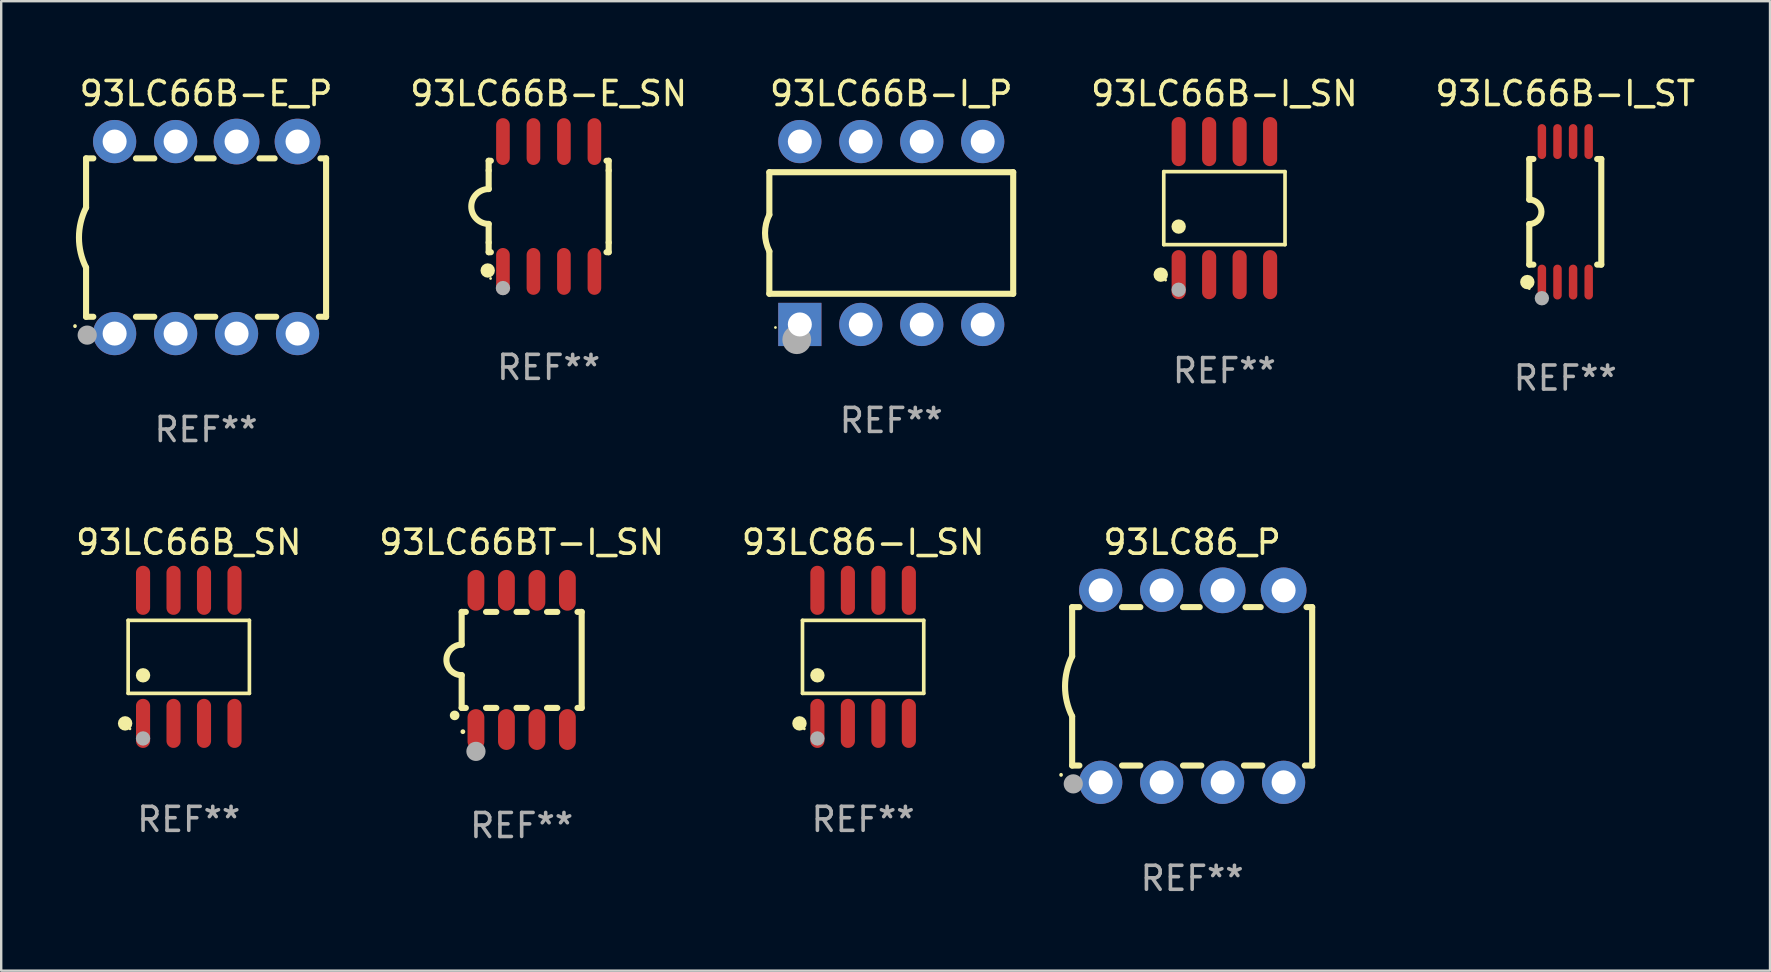
<source format=kicad_pcb>
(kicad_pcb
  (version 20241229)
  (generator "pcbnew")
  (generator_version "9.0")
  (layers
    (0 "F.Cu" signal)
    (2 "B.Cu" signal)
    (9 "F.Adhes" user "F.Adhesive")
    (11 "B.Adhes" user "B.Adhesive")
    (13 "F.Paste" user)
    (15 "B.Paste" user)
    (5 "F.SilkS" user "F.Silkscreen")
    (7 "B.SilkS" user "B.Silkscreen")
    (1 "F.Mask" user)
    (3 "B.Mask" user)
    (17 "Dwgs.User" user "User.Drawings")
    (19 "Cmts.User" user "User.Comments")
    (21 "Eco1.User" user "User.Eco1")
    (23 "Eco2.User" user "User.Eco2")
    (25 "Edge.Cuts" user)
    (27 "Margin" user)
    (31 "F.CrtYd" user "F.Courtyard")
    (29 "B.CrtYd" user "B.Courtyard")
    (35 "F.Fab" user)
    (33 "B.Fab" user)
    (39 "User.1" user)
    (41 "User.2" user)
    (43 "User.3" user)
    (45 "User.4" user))
  (footprint "93LC66BT-I_SN"
    (layer "F.Cu")
    (at 18.685 24.445)
    (property "Reference" "93LC66BT-I_SN" (at 0 -4.9 0) (layer "F.SilkS") (effects (font (size 1 1) (thickness 0.15))))
    (attr through_hole)
    (fp_line (start -2.5 -2) (end -2.5 -0.635) (stroke (width 0.254) (type solid)) (layer "F.SilkS"))
    (fp_line (start -2.5 -2) (end -2.326 -2) (stroke (width 0.254) (type solid)) (layer "F.SilkS"))
    (fp_line (start -2.5 2) (end -2.5 0.635) (stroke (width 0.254) (type solid)) (layer "F.SilkS"))
    (fp_line (start -2.5 2) (end -2.326 2) (stroke (width 0.254) (type solid)) (layer "F.SilkS"))
    (fp_line (start -1.484 -2) (end -1.056 -2) (stroke (width 0.254) (type solid)) (layer "F.SilkS"))
    (fp_line (start -1.484 2) (end -1.056 2) (stroke (width 0.254) (type solid)) (layer "F.SilkS"))
    (fp_line (start -0.214 -2) (end 0.214 -2) (stroke (width 0.254) (type solid)) (layer "F.SilkS"))
    (fp_line (start -0.214 2) (end 0.214 2) (stroke (width 0.254) (type solid)) (layer "F.SilkS"))
    (fp_line (start 1.056 -2) (end 1.484 -2) (stroke (width 0.254) (type solid)) (layer "F.SilkS"))
    (fp_line (start 1.056 2) (end 1.484 2) (stroke (width 0.254) (type solid)) (layer "F.SilkS"))
    (fp_line (start 2.326 -2) (end 2.5 -2) (stroke (width 0.254) (type solid)) (layer "F.SilkS"))
    (fp_line (start 2.326 2) (end 2.5 2) (stroke (width 0.254) (type solid)) (layer "F.SilkS"))
    (fp_line (start 2.5 -2) (end 2.5 2) (stroke (width 0.254) (type solid)) (layer "F.SilkS"))
    (fp_arc (start -2.794006 2.311405) (mid -2.792736 2.311401) (end -2.791466 2.311405) (stroke (width 0.4) (type solid)) (layer "F.SilkS"))
    (fp_arc (start -2.5 0.635001) (mid -3.134366 -0.000318) (end -2.499365 -0.635001) (stroke (width 0.254001) (type solid)) (layer "F.SilkS"))
    (fp_circle (center -2.45 2.99) (end -2.4 2.99) (stroke (width 0.1) (type solid)) (fill no) (layer "F.SilkS"))
    (fp_circle (center -1.905 3.81) (end -1.705 3.81) (stroke (width 0.4) (type solid)) (fill no) (layer "F.Fab"))
    (fp_text user "REF**" (at 0 6.9 0) (layer "F.Fab") (effects (font (size 1 1) (thickness 0.15))))
    (pad "1" smd oval (at -1.905 2.9 180) (size 0.7 1.7) (layers "F.Cu" "F.Mask" "F.Paste"))
    (pad "2" smd oval (at -0.635 2.9 180) (size 0.7 1.7) (layers "F.Cu" "F.Mask" "F.Paste"))
    (pad "3" smd oval (at 0.635 2.9 180) (size 0.7 1.7) (layers "F.Cu" "F.Mask" "F.Paste"))
    (pad "4" smd oval (at 1.905 2.9 180) (size 0.7 1.7) (layers "F.Cu" "F.Mask" "F.Paste"))
    (pad "5" smd oval (at 1.905 -2.9 180) (size 0.7 1.7) (layers "F.Cu" "F.Mask" "F.Paste"))
    (pad "6" smd oval (at 0.635 -2.9 180) (size 0.7 1.7) (layers "F.Cu" "F.Mask" "F.Paste"))
    (pad "7" smd oval (at -0.635 -2.9 180) (size 0.7 1.7) (layers "F.Cu" "F.Mask" "F.Paste"))
    (pad "8" smd oval (at -1.905 -2.9 180) (size 0.7 1.7) (layers "F.Cu" "F.Mask" "F.Paste")))
  (footprint "93LC66B-I_P"
    (layer "F.Cu")
    (at 34.084 6.658)
    (property "Reference" "93LC66B-I_P" (at 0 -5.81 0) (layer "F.SilkS") (effects (font (size 1 1) (thickness 0.15))))
    (attr through_hole)
    (fp_line (start -5.08 -2.534) (end 5.08 -2.534) (stroke (width 0.254) (type solid)) (layer "F.SilkS"))
    (fp_line (start -5.08 -0.762) (end -5.08 -2.534) (stroke (width 0.254) (type solid)) (layer "F.SilkS"))
    (fp_line (start -5.08 2.531) (end -5.08 0.762) (stroke (width 0.254) (type solid)) (layer "F.SilkS"))
    (fp_line (start -5.08 2.531) (end 5.08 2.531) (stroke (width 0.254) (type solid)) (layer "F.SilkS"))
    (fp_line (start 5.08 2.531) (end 5.08 -2.534) (stroke (width 0.254) (type solid)) (layer "F.SilkS"))
    (fp_arc (start -5.08001 0.762001) (mid -5.259894 0) (end -5.08001 -0.762002) (stroke (width 0.254001) (type solid)) (layer "F.SilkS"))
    (fp_circle (center -4.826 3.937) (end -4.796 3.937) (stroke (width 0.06) (type solid)) (fill no) (layer "F.SilkS"))
    (fp_circle (center -3.937 4.445) (end -3.637 4.445) (stroke (width 0.6) (type solid)) (fill no) (layer "F.Fab"))
    (fp_text user "REF**" (at 0 7.81 0) (layer "F.Fab") (effects (font (size 1 1) (thickness 0.15))))
    (pad "1" thru_hole rect (at -3.81 3.81) (size 1.8 1.8) (drill 1) (layers "*.Cu" "*.Mask"))
    (pad "2" thru_hole circle (at -1.27 3.81) (size 1.8 1.8) (drill 1) (layers "*.Cu" "*.Mask"))
    (pad "3" thru_hole circle (at 1.27 3.81) (size 1.8 1.8) (drill 1) (layers "*.Cu" "*.Mask"))
    (pad "4" thru_hole circle (at 3.81 3.81) (size 1.8 1.8) (drill 1) (layers "*.Cu" "*.Mask"))
    (pad "5" thru_hole circle (at 3.81 -3.81) (size 1.8 1.8) (drill 1) (layers "*.Cu" "*.Mask"))
    (pad "6" thru_hole circle (at 1.27 -3.81) (size 1.8 1.8) (drill 1) (layers "*.Cu" "*.Mask"))
    (pad "7" thru_hole circle (at -1.27 -3.81) (size 1.8 1.8) (drill 1) (layers "*.Cu" "*.Mask"))
    (pad "8" thru_hole circle (at -3.81 -3.81) (size 1.8 1.8) (drill 1) (layers "*.Cu" "*.Mask")))
  (footprint "93LC66B-I_SN"
    (layer "F.Cu")
    (at 47.963 5.621)
    (property "Reference" "93LC66B-I_SN" (at 0 -4.772 0) (layer "F.SilkS") (effects (font (size 1 1) (thickness 0.15))))
    (attr through_hole)
    (fp_line (start -2.526 -1.521) (end 2.526 -1.521) (stroke (width 0.152) (type solid)) (layer "F.SilkS"))
    (fp_line (start -2.526 1.521) (end -2.526 -1.521) (stroke (width 0.152) (type solid)) (layer "F.SilkS"))
    (fp_line (start 2.526 -1.521) (end 2.526 1.521) (stroke (width 0.152) (type solid)) (layer "F.SilkS"))
    (fp_line (start 2.526 1.521) (end -2.526 1.521) (stroke (width 0.152) (type solid)) (layer "F.SilkS"))
    (fp_circle (center -2.652 2.772) (end -2.501 2.772) (stroke (width 0.3) (type solid)) (fill no) (layer "F.SilkS"))
    (fp_circle (center -2.45 3) (end -2.42 3) (stroke (width 0.06) (type solid)) (fill no) (layer "F.SilkS"))
    (fp_circle (center -1.905 0.769) (end -1.755 0.769) (stroke (width 0.3) (type solid)) (fill no) (layer "F.SilkS"))
    (fp_circle (center -1.905 3.4) (end -1.755 3.4) (stroke (width 0.3) (type solid)) (fill no) (layer "F.Fab"))
    (fp_text user "REF**" (at 0 6.772 0) (layer "F.Fab") (effects (font (size 1 1) (thickness 0.15))))
    (pad "1" smd oval (at -1.905 2.772) (size 0.588 2.045) (layers "F.Cu" "F.Mask" "F.Paste"))
    (pad "2" smd oval (at -0.635 2.772) (size 0.588 2.045) (layers "F.Cu" "F.Mask" "F.Paste"))
    (pad "3" smd oval (at 0.635 2.772) (size 0.588 2.045) (layers "F.Cu" "F.Mask" "F.Paste"))
    (pad "4" smd oval (at 1.905 2.772) (size 0.588 2.045) (layers "F.Cu" "F.Mask" "F.Paste"))
    (pad "5" smd oval (at 1.905 -2.772) (size 0.588 2.045) (layers "F.Cu" "F.Mask" "F.Paste"))
    (pad "6" smd oval (at 0.635 -2.772) (size 0.588 2.045) (layers "F.Cu" "F.Mask" "F.Paste"))
    (pad "7" smd oval (at -0.635 -2.772) (size 0.588 2.045) (layers "F.Cu" "F.Mask" "F.Paste"))
    (pad "8" smd oval (at -1.905 -2.772) (size 0.588 2.045) (layers "F.Cu" "F.Mask" "F.Paste")))
  (footprint "93LC86_P"
    (layer "F.Cu")
    (at 46.62 25.545)
    (property "Reference" "93LC86_P" (at 0 -6 0) (layer "F.SilkS") (effects (font (size 1 1) (thickness 0.15))))
    (attr through_hole)
    (fp_line (start -5 -3.3) (end -5 -1.25) (stroke (width 0.254) (type solid)) (layer "F.SilkS"))
    (fp_line (start -5 -3.3) (end -4.698 -3.3) (stroke (width 0.254) (type solid)) (layer "F.SilkS"))
    (fp_line (start -5 3.3) (end -5 1.25) (stroke (width 0.254) (type solid)) (layer "F.SilkS"))
    (fp_line (start -5 3.3) (end -4.698 3.3) (stroke (width 0.254) (type solid)) (layer "F.SilkS"))
    (fp_line (start -2.922 -3.3) (end -2.158 -3.3) (stroke (width 0.254) (type solid)) (layer "F.SilkS"))
    (fp_line (start -2.922 3.3) (end -2.158 3.3) (stroke (width 0.254) (type solid)) (layer "F.SilkS"))
    (fp_line (start -0.382 -3.3) (end 0.316 -3.3) (stroke (width 0.254) (type solid)) (layer "F.SilkS"))
    (fp_line (start -0.382 3.3) (end 0.382 3.3) (stroke (width 0.254) (type solid)) (layer "F.SilkS"))
    (fp_line (start 2.158 3.3) (end 2.922 3.3) (stroke (width 0.254) (type solid)) (layer "F.SilkS"))
    (fp_line (start 2.224 -3.3) (end 2.856 -3.3) (stroke (width 0.254) (type solid)) (layer "F.SilkS"))
    (fp_line (start 4.698 3.3) (end 5 3.3) (stroke (width 0.254) (type solid)) (layer "F.SilkS"))
    (fp_line (start 4.764 -3.3) (end 5 -3.3) (stroke (width 0.254) (type solid)) (layer "F.SilkS"))
    (fp_line (start 5 -3.3) (end 5 3.3) (stroke (width 0.254) (type solid)) (layer "F.SilkS"))
    (fp_arc (start -5.46124 3.694259) (mid -5.461175 3.688632) (end -5.460986 3.683007) (stroke (width 0.149987) (type solid)) (layer "F.SilkS"))
    (fp_arc (start -5.00127 1.249682) (mid -5.295892 -0.000313) (end -5.000025 -1.250013) (stroke (width 0.254001) (type solid)) (layer "F.SilkS"))
    (fp_circle (center -4.795 4.237) (end -4.765 4.237) (stroke (width 0.06) (type solid)) (fill no) (layer "F.SilkS"))
    (fp_circle (center -4.953 4.064) (end -4.753 4.064) (stroke (width 0.4) (type solid)) (fill no) (layer "F.Fab"))
    (fp_text user "REF**" (at 0 8 0) (layer "F.Fab") (effects (font (size 1 1) (thickness 0.15))))
    (pad "1" thru_hole circle (at -3.81 4) (size 1.8 1.8) (drill 1) (layers "*.Cu" "*.Mask"))
    (pad "2" thru_hole circle (at -1.27 4) (size 1.8 1.8) (drill 1) (layers "*.Cu" "*.Mask"))
    (pad "3" thru_hole circle (at 1.27 4) (size 1.8 1.8) (drill 1) (layers "*.Cu" "*.Mask"))
    (pad "4" thru_hole circle (at 3.81 4) (size 1.8 1.8) (drill 1) (layers "*.Cu" "*.Mask"))
    (pad "5" thru_hole circle (at 3.81 -4) (size 1.905 1.905) (drill 1) (layers "*.Cu" "*.Mask"))
    (pad "6" thru_hole circle (at 1.27 -4) (size 1.905 1.905) (drill 1) (layers "*.Cu" "*.Mask"))
    (pad "7" thru_hole circle (at -1.27 -4) (size 1.8 1.8) (drill 1) (layers "*.Cu" "*.Mask"))
    (pad "8" thru_hole circle (at -3.81 -4) (size 1.8 1.8) (drill 1) (layers "*.Cu" "*.Mask")))
  (footprint "93LC66B-I_ST"
    (layer "F.Cu")
    (at 62.166 5.775)
    (property "Reference" "93LC66B-I_ST" (at 0 -4.927 0) (layer "F.SilkS") (effects (font (size 1 1) (thickness 0.15))))
    (attr through_hole)
    (fp_line (start -1.5 -2.2) (end -1.5 -0.508) (stroke (width 0.254) (type solid)) (layer "F.SilkS"))
    (fp_line (start -1.5 -2.2) (end -1.328 -2.2) (stroke (width 0.254) (type solid)) (layer "F.SilkS"))
    (fp_line (start -1.5 2.2) (end -1.5 0.508) (stroke (width 0.254) (type solid)) (layer "F.SilkS"))
    (fp_line (start -1.5 2.2) (end -1.328 2.2) (stroke (width 0.254) (type solid)) (layer "F.SilkS"))
    (fp_line (start 1.328 -2.2) (end 1.5 -2.2) (stroke (width 0.254) (type solid)) (layer "F.SilkS"))
    (fp_line (start 1.328 2.2) (end 1.5 2.2) (stroke (width 0.254) (type solid)) (layer "F.SilkS"))
    (fp_line (start 1.5 -2.2) (end 1.5 2.2) (stroke (width 0.254) (type solid)) (layer "F.SilkS"))
    (fp_arc (start -1.501144 -0.508) (mid -0.993143 -0.000571) (end -1.5 0.508001) (stroke (width 0.254001) (type solid)) (layer "F.SilkS"))
    (fp_circle (center -1.581 2.927) (end -1.431 2.927) (stroke (width 0.3) (type solid)) (fill no) (layer "F.SilkS"))
    (fp_circle (center -1.5 3.2) (end -1.47 3.2) (stroke (width 0.06) (type solid)) (fill no) (layer "F.SilkS"))
    (fp_circle (center -0.975 3.6) (end -0.825 3.6) (stroke (width 0.3) (type solid)) (fill no) (layer "F.Fab"))
    (fp_text user "REF**" (at 0 6.927 0) (layer "F.Fab") (effects (font (size 1 1) (thickness 0.15))))
    (pad "1" smd oval (at -0.975 2.927) (size 0.353 1.454) (layers "F.Cu" "F.Mask" "F.Paste"))
    (pad "2" smd oval (at -0.325 2.927) (size 0.353 1.454) (layers "F.Cu" "F.Mask" "F.Paste"))
    (pad "3" smd oval (at 0.325 2.927) (size 0.353 1.454) (layers "F.Cu" "F.Mask" "F.Paste"))
    (pad "4" smd oval (at 0.975 2.927) (size 0.353 1.454) (layers "F.Cu" "F.Mask" "F.Paste"))
    (pad "5" smd oval (at 0.975 -2.927) (size 0.353 1.454) (layers "F.Cu" "F.Mask" "F.Paste"))
    (pad "6" smd oval (at 0.325 -2.927) (size 0.353 1.454) (layers "F.Cu" "F.Mask" "F.Paste"))
    (pad "7" smd oval (at -0.325 -2.927) (size 0.353 1.454) (layers "F.Cu" "F.Mask" "F.Paste"))
    (pad "8" smd oval (at -0.975 -2.927) (size 0.353 1.454) (layers "F.Cu" "F.Mask" "F.Paste")))
  (footprint "93LC86-I_SN"
    (layer "F.Cu")
    (at 32.911 24.317)
    (property "Reference" "93LC86-I_SN" (at 0 -4.772 0) (layer "F.SilkS") (effects (font (size 1 1) (thickness 0.15))))
    (attr through_hole)
    (fp_line (start -2.526 -1.521) (end 2.526 -1.521) (stroke (width 0.152) (type solid)) (layer "F.SilkS"))
    (fp_line (start -2.526 1.521) (end -2.526 -1.521) (stroke (width 0.152) (type solid)) (layer "F.SilkS"))
    (fp_line (start 2.526 -1.521) (end 2.526 1.521) (stroke (width 0.152) (type solid)) (layer "F.SilkS"))
    (fp_line (start 2.526 1.521) (end -2.526 1.521) (stroke (width 0.152) (type solid)) (layer "F.SilkS"))
    (fp_circle (center -2.652 2.772) (end -2.501 2.772) (stroke (width 0.3) (type solid)) (fill no) (layer "F.SilkS"))
    (fp_circle (center -2.45 3) (end -2.42 3) (stroke (width 0.06) (type solid)) (fill no) (layer "F.SilkS"))
    (fp_circle (center -1.905 0.769) (end -1.755 0.769) (stroke (width 0.3) (type solid)) (fill no) (layer "F.SilkS"))
    (fp_circle (center -1.905 3.4) (end -1.755 3.4) (stroke (width 0.3) (type solid)) (fill no) (layer "F.Fab"))
    (fp_text user "REF**" (at 0 6.772 0) (layer "F.Fab") (effects (font (size 1 1) (thickness 0.15))))
    (pad "1" smd oval (at -1.905 2.772) (size 0.588 2.045) (layers "F.Cu" "F.Mask" "F.Paste"))
    (pad "2" smd oval (at -0.635 2.772) (size 0.588 2.045) (layers "F.Cu" "F.Mask" "F.Paste"))
    (pad "3" smd oval (at 0.635 2.772) (size 0.588 2.045) (layers "F.Cu" "F.Mask" "F.Paste"))
    (pad "4" smd oval (at 1.905 2.772) (size 0.588 2.045) (layers "F.Cu" "F.Mask" "F.Paste"))
    (pad "5" smd oval (at 1.905 -2.772) (size 0.588 2.045) (layers "F.Cu" "F.Mask" "F.Paste"))
    (pad "6" smd oval (at 0.635 -2.772) (size 0.588 2.045) (layers "F.Cu" "F.Mask" "F.Paste"))
    (pad "7" smd oval (at -0.635 -2.772) (size 0.588 2.045) (layers "F.Cu" "F.Mask" "F.Paste"))
    (pad "8" smd oval (at -1.905 -2.772) (size 0.588 2.045) (layers "F.Cu" "F.Mask" "F.Paste")))
  (footprint "93LC66B_SN"
    (layer "F.Cu")
    (at 4.815 24.317)
    (property "Reference" "93LC66B_SN" (at 0 -4.772 0) (layer "F.SilkS") (effects (font (size 1 1) (thickness 0.15))))
    (attr through_hole)
    (fp_line (start -2.526 -1.521) (end 2.526 -1.521) (stroke (width 0.152) (type solid)) (layer "F.SilkS"))
    (fp_line (start -2.526 1.521) (end -2.526 -1.521) (stroke (width 0.152) (type solid)) (layer "F.SilkS"))
    (fp_line (start 2.526 -1.521) (end 2.526 1.521) (stroke (width 0.152) (type solid)) (layer "F.SilkS"))
    (fp_line (start 2.526 1.521) (end -2.526 1.521) (stroke (width 0.152) (type solid)) (layer "F.SilkS"))
    (fp_circle (center -2.652 2.772) (end -2.501 2.772) (stroke (width 0.3) (type solid)) (fill no) (layer "F.SilkS"))
    (fp_circle (center -2.45 3) (end -2.42 3) (stroke (width 0.06) (type solid)) (fill no) (layer "F.SilkS"))
    (fp_circle (center -1.905 0.769) (end -1.755 0.769) (stroke (width 0.3) (type solid)) (fill no) (layer "F.SilkS"))
    (fp_circle (center -1.905 3.4) (end -1.755 3.4) (stroke (width 0.3) (type solid)) (fill no) (layer "F.Fab"))
    (fp_text user "REF**" (at 0 6.772 0) (layer "F.Fab") (effects (font (size 1 1) (thickness 0.15))))
    (pad "1" smd oval (at -1.905 2.772) (size 0.588 2.045) (layers "F.Cu" "F.Mask" "F.Paste"))
    (pad "2" smd oval (at -0.635 2.772) (size 0.588 2.045) (layers "F.Cu" "F.Mask" "F.Paste"))
    (pad "3" smd oval (at 0.635 2.772) (size 0.588 2.045) (layers "F.Cu" "F.Mask" "F.Paste"))
    (pad "4" smd oval (at 1.905 2.772) (size 0.588 2.045) (layers "F.Cu" "F.Mask" "F.Paste"))
    (pad "5" smd oval (at 1.905 -2.772) (size 0.588 2.045) (layers "F.Cu" "F.Mask" "F.Paste"))
    (pad "6" smd oval (at 0.635 -2.772) (size 0.588 2.045) (layers "F.Cu" "F.Mask" "F.Paste"))
    (pad "7" smd oval (at -0.635 -2.772) (size 0.588 2.045) (layers "F.Cu" "F.Mask" "F.Paste"))
    (pad "8" smd oval (at -1.905 -2.772) (size 0.588 2.045) (layers "F.Cu" "F.Mask" "F.Paste")))
  (footprint "93LC66B-E_SN"
    (layer "F.Cu")
    (at 19.81 5.553)
    (property "Reference" "93LC66B-E_SN" (at 0 -4.705 0) (layer "F.SilkS") (effects (font (size 1 1) (thickness 0.15))))
    (attr through_hole)
    (fp_line (start -2.5 -1.905) (end -2.409 -1.905) (stroke (width 0.254) (type solid)) (layer "F.SilkS"))
    (fp_line (start -2.5 -1.5) (end -2.5 -1.905) (stroke (width 0.254) (type solid)) (layer "F.SilkS"))
    (fp_line (start -2.5 -1.5) (end -2.5 -0.726) (stroke (width 0.254) (type solid)) (layer "F.SilkS"))
    (fp_line (start -2.5 1.5) (end -2.5 0.727) (stroke (width 0.254) (type solid)) (layer "F.SilkS"))
    (fp_line (start -2.5 1.5) (end -2.5 1.905) (stroke (width 0.254) (type solid)) (layer "F.SilkS"))
    (fp_line (start -2.5 1.905) (end -2.409 1.905) (stroke (width 0.254) (type solid)) (layer "F.SilkS"))
    (fp_line (start 2.5 -1.905) (end 2.409 -1.905) (stroke (width 0.254) (type solid)) (layer "F.SilkS"))
    (fp_line (start 2.5 -1.5) (end 2.5 -1.905) (stroke (width 0.254) (type solid)) (layer "F.SilkS"))
    (fp_line (start 2.5 -1.5) (end 2.5 1.5) (stroke (width 0.254) (type solid)) (layer "F.SilkS"))
    (fp_line (start 2.5 1.5) (end 2.5 1.905) (stroke (width 0.254) (type solid)) (layer "F.SilkS"))
    (fp_line (start 2.5 1.905) (end 2.409 1.905) (stroke (width 0.254) (type solid)) (layer "F.SilkS"))
    (fp_arc (start -2.5 0.726568) (mid -3.220316 -0.0023) (end -2.495097 -0.726289) (stroke (width 0.254001) (type solid)) (layer "F.SilkS"))
    (fp_circle (center -2.54 2.667) (end -2.39 2.667) (stroke (width 0.3) (type solid)) (fill no) (layer "F.SilkS"))
    (fp_circle (center -2.42 3) (end -2.39 3) (stroke (width 0.06) (type solid)) (fill no) (layer "F.SilkS"))
    (fp_circle (center -1.905 3.4) (end -1.755 3.4) (stroke (width 0.3) (type solid)) (fill no) (layer "F.Fab"))
    (fp_text user "REF**" (at 0 6.705 0) (layer "F.Fab") (effects (font (size 1 1) (thickness 0.15))))
    (pad "1" smd oval (at -1.905 2.705) (size 0.568 1.95) (layers "F.Cu" "F.Mask" "F.Paste"))
    (pad "2" smd oval (at -0.635 2.705) (size 0.568 1.95) (layers "F.Cu" "F.Mask" "F.Paste"))
    (pad "3" smd oval (at 0.635 2.705) (size 0.568 1.95) (layers "F.Cu" "F.Mask" "F.Paste"))
    (pad "4" smd oval (at 1.905 2.705) (size 0.568 1.95) (layers "F.Cu" "F.Mask" "F.Paste"))
    (pad "5" smd oval (at 1.905 -2.705) (size 0.568 1.95) (layers "F.Cu" "F.Mask" "F.Paste"))
    (pad "6" smd oval (at 0.635 -2.705) (size 0.568 1.95) (layers "F.Cu" "F.Mask" "F.Paste"))
    (pad "7" smd oval (at -0.635 -2.705) (size 0.568 1.95) (layers "F.Cu" "F.Mask" "F.Paste"))
    (pad "8" smd oval (at -1.905 -2.705) (size 0.568 1.95) (layers "F.Cu" "F.Mask" "F.Paste")))
  (footprint "93LC66B-E_P"
    (layer "F.Cu")
    (at 5.536 6.848)
    (property "Reference" "93LC66B-E_P" (at 0 -6 0) (layer "F.SilkS") (effects (font (size 1 1) (thickness 0.15))))
    (attr through_hole)
    (fp_line (start -5 -3.3) (end -5 -1.25) (stroke (width 0.254) (type solid)) (layer "F.SilkS"))
    (fp_line (start -5 -3.3) (end -4.698 -3.3) (stroke (width 0.254) (type solid)) (layer "F.SilkS"))
    (fp_line (start -5 3.3) (end -5 1.25) (stroke (width 0.254) (type solid)) (layer "F.SilkS"))
    (fp_line (start -5 3.3) (end -4.698 3.3) (stroke (width 0.254) (type solid)) (layer "F.SilkS"))
    (fp_line (start -2.922 -3.3) (end -2.158 -3.3) (stroke (width 0.254) (type solid)) (layer "F.SilkS"))
    (fp_line (start -2.922 3.3) (end -2.158 3.3) (stroke (width 0.254) (type solid)) (layer "F.SilkS"))
    (fp_line (start -0.382 -3.3) (end 0.316 -3.3) (stroke (width 0.254) (type solid)) (layer "F.SilkS"))
    (fp_line (start -0.382 3.3) (end 0.382 3.3) (stroke (width 0.254) (type solid)) (layer "F.SilkS"))
    (fp_line (start 2.158 3.3) (end 2.922 3.3) (stroke (width 0.254) (type solid)) (layer "F.SilkS"))
    (fp_line (start 2.224 -3.3) (end 2.856 -3.3) (stroke (width 0.254) (type solid)) (layer "F.SilkS"))
    (fp_line (start 4.698 3.3) (end 5 3.3) (stroke (width 0.254) (type solid)) (layer "F.SilkS"))
    (fp_line (start 4.764 -3.3) (end 5 -3.3) (stroke (width 0.254) (type solid)) (layer "F.SilkS"))
    (fp_line (start 5 -3.3) (end 5 3.3) (stroke (width 0.254) (type solid)) (layer "F.SilkS"))
    (fp_arc (start -5.46124 3.694259) (mid -5.461175 3.688632) (end -5.460986 3.683007) (stroke (width 0.149987) (type solid)) (layer "F.SilkS"))
    (fp_arc (start -5.00127 1.249682) (mid -5.295892 -0.000313) (end -5.000025 -1.250013) (stroke (width 0.254001) (type solid)) (layer "F.SilkS"))
    (fp_circle (center -4.795 4.237) (end -4.765 4.237) (stroke (width 0.06) (type solid)) (fill no) (layer "F.SilkS"))
    (fp_circle (center -4.953 4.064) (end -4.753 4.064) (stroke (width 0.4) (type solid)) (fill no) (layer "F.Fab"))
    (fp_text user "REF**" (at 0 8 0) (layer "F.Fab") (effects (font (size 1 1) (thickness 0.15))))
    (pad "1" thru_hole circle (at -3.81 4) (size 1.8 1.8) (drill 1) (layers "*.Cu" "*.Mask"))
    (pad "2" thru_hole circle (at -1.27 4) (size 1.8 1.8) (drill 1) (layers "*.Cu" "*.Mask"))
    (pad "3" thru_hole circle (at 1.27 4) (size 1.8 1.8) (drill 1) (layers "*.Cu" "*.Mask"))
    (pad "4" thru_hole circle (at 3.81 4) (size 1.8 1.8) (drill 1) (layers "*.Cu" "*.Mask"))
    (pad "5" thru_hole circle (at 3.81 -4) (size 1.905 1.905) (drill 1) (layers "*.Cu" "*.Mask"))
    (pad "6" thru_hole circle (at 1.27 -4) (size 1.905 1.905) (drill 1) (layers "*.Cu" "*.Mask"))
    (pad "7" thru_hole circle (at -1.27 -4) (size 1.8 1.8) (drill 1) (layers "*.Cu" "*.Mask"))
    (pad "8" thru_hole circle (at -3.81 -4) (size 1.8 1.8) (drill 1) (layers "*.Cu" "*.Mask")))
  (gr_rect
    (start -3 -3)
    (end 70.696 37.393)
    (stroke (width 0.1) (type default))
    (fill no)
    (layer "Edge.Cuts")))
</source>
